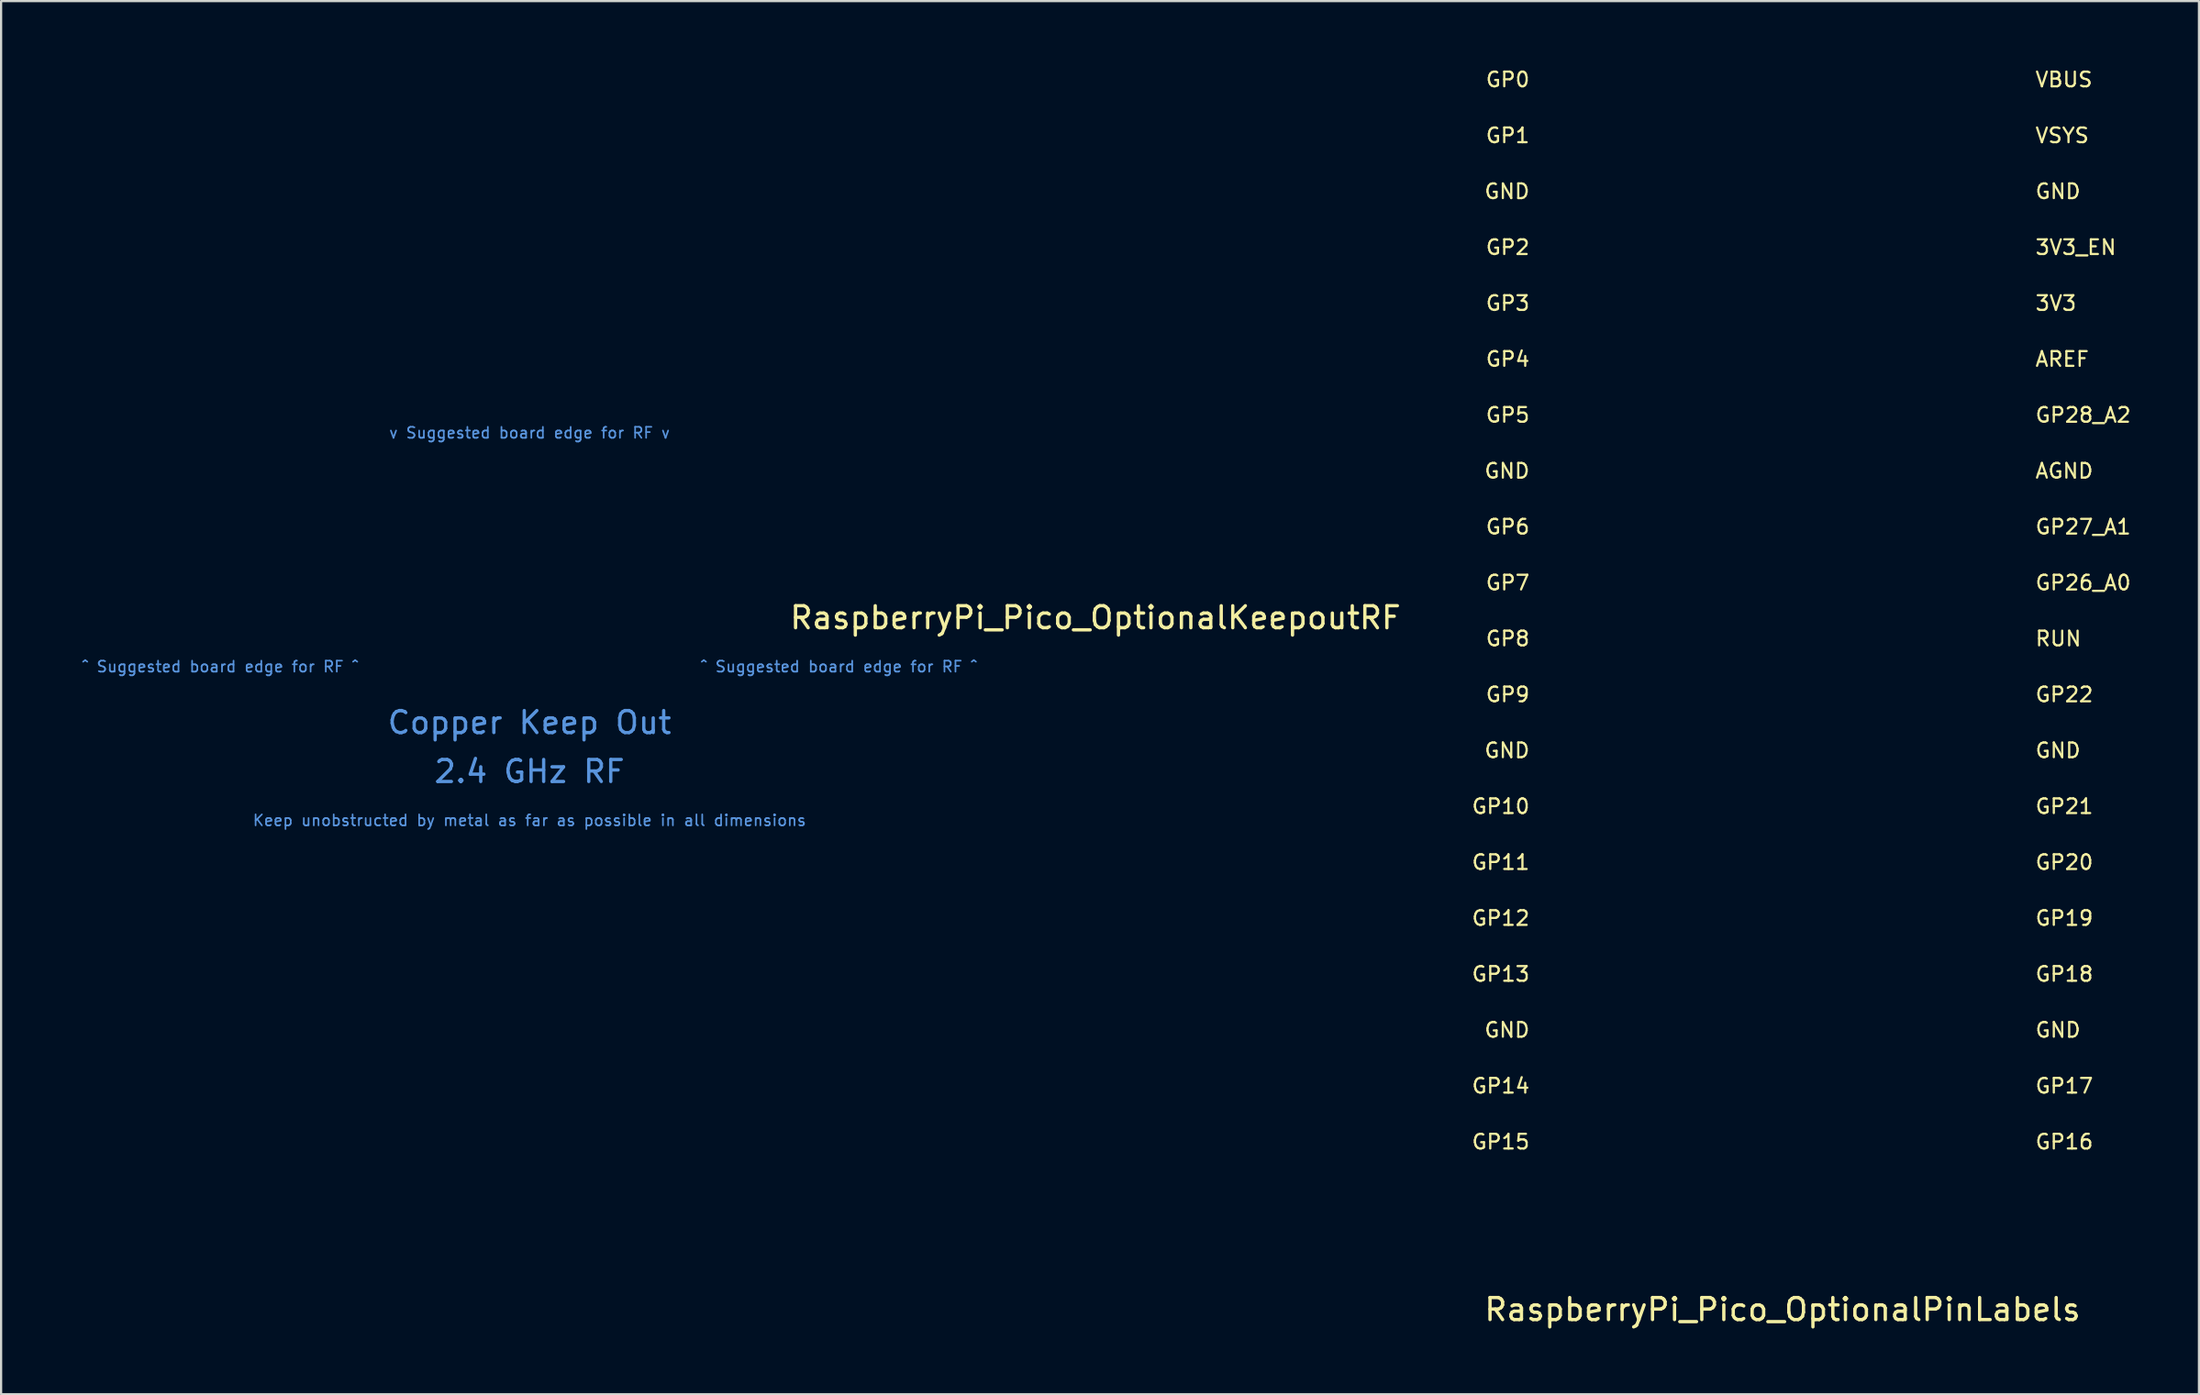
<source format=kicad_pcb>
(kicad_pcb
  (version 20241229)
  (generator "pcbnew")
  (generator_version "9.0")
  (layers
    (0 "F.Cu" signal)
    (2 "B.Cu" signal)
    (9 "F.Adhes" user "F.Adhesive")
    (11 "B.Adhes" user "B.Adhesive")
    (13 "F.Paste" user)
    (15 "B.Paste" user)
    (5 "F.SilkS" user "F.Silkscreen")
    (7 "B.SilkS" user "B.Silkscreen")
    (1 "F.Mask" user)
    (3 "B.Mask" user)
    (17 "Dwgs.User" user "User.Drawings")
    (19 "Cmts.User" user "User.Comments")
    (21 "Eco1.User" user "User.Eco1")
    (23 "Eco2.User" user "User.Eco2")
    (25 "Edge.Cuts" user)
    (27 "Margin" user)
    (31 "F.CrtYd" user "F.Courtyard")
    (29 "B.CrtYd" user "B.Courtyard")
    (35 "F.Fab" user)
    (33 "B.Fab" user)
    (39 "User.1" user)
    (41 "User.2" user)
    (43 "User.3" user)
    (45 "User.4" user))
  (footprint "RaspberryPi_Pico_OptionalPinLabels"
    (layer "F.Cu")
    (at 77.912 24.696)
    (property "Reference" "RaspberryPi_Pico_OptionalPinLabels" (at 0 31.75 0) (unlocked yes) (layer "F.SilkS") (effects (font (size 1 1) (thickness 0.15))))
    (attr board_only exclude_from_pos_files exclude_from_bom allow_missing_courtyard)
    (fp_text user "GP6" (at -11.43 -3.81 0) (unlocked yes) (layer "F.SilkS") (effects (font (size 0.667 0.667) (thickness 0.1)) (justify right)))
    (fp_text user "GP20" (at 11.43 11.43 0) (unlocked yes) (layer "F.SilkS") (effects (font (size 0.667 0.667) (thickness 0.1)) (justify left)))
    (fp_text user "GP8" (at -11.43 1.27 0) (unlocked yes) (layer "F.SilkS") (effects (font (size 0.667 0.667) (thickness 0.1)) (justify right)))
    (fp_text user "GP26_A0" (at 11.43 -1.27 0) (unlocked yes) (layer "F.SilkS") (effects (font (size 0.667 0.667) (thickness 0.1)) (justify left)))
    (fp_text user "GND" (at 11.43 -19.05 0) (unlocked yes) (layer "F.SilkS") (effects (font (size 0.667 0.667) (thickness 0.1)) (justify left)))
    (fp_text user "GND" (at -11.43 -19.05 0) (unlocked yes) (layer "F.SilkS") (effects (font (size 0.667 0.667) (thickness 0.1)) (justify right)))
    (fp_text user "GP0" (at -11.43 -24.13 0) (unlocked yes) (layer "F.SilkS") (effects (font (size 0.667 0.667) (thickness 0.1)) (justify right)))
    (fp_text user "VBUS" (at 11.43 -24.13 0) (unlocked yes) (layer "F.SilkS") (effects (font (size 0.667 0.667) (thickness 0.1)) (justify left)))
    (fp_text user "3V3" (at 11.43 -13.97 0) (unlocked yes) (layer "F.SilkS") (effects (font (size 0.667 0.667) (thickness 0.1)) (justify left)))
    (fp_text user "GP10" (at -11.43 8.89 0) (unlocked yes) (layer "F.SilkS") (effects (font (size 0.667 0.667) (thickness 0.1)) (justify right)))
    (fp_text user "GND" (at -11.43 -6.35 0) (unlocked yes) (layer "F.SilkS") (effects (font (size 0.667 0.667) (thickness 0.1)) (justify right)))
    (fp_text user "GP4" (at -11.43 -11.43 0) (unlocked yes) (layer "F.SilkS") (effects (font (size 0.667 0.667) (thickness 0.1)) (justify right)))
    (fp_text user "AGND" (at 11.43 -6.35 0) (unlocked yes) (layer "F.SilkS") (effects (font (size 0.667 0.667) (thickness 0.1)) (justify left)))
    (fp_text user "GP22" (at 11.43 3.81 0) (unlocked yes) (layer "F.SilkS") (effects (font (size 0.667 0.667) (thickness 0.1)) (justify left)))
    (fp_text user "GP12" (at -11.43 13.97 0) (unlocked yes) (layer "F.SilkS") (effects (font (size 0.667 0.667) (thickness 0.1)) (justify right)))
    (fp_text user "GP19" (at 11.43 13.97 0) (unlocked yes) (layer "F.SilkS") (effects (font (size 0.667 0.667) (thickness 0.1)) (justify left)))
    (fp_text user "3V3_EN" (at 11.43 -16.51 0) (unlocked yes) (layer "F.SilkS") (effects (font (size 0.667 0.667) (thickness 0.1)) (justify left)))
    (fp_text user "AREF" (at 11.43 -11.43 0) (unlocked yes) (layer "F.SilkS") (effects (font (size 0.667 0.667) (thickness 0.1)) (justify left)))
    (fp_text user "VSYS" (at 11.43 -21.59 0) (unlocked yes) (layer "F.SilkS") (effects (font (size 0.667 0.667) (thickness 0.1)) (justify left)))
    (fp_text user "RUN" (at 11.43 1.27 0) (unlocked yes) (layer "F.SilkS") (effects (font (size 0.667 0.667) (thickness 0.1)) (justify left)))
    (fp_text user "GND" (at 11.43 19.05 0) (unlocked yes) (layer "F.SilkS") (effects (font (size 0.667 0.667) (thickness 0.1)) (justify left)))
    (fp_text user "GP16" (at 11.43 24.13 0) (unlocked yes) (layer "F.SilkS") (effects (font (size 0.667 0.667) (thickness 0.1)) (justify left)))
    (fp_text user "GP17" (at 11.43 21.59 0) (unlocked yes) (layer "F.SilkS") (effects (font (size 0.667 0.667) (thickness 0.1)) (justify left)))
    (fp_text user "GP13" (at -11.43 16.51 0) (unlocked yes) (layer "F.SilkS") (effects (font (size 0.667 0.667) (thickness 0.1)) (justify right)))
    (fp_text user "GP5" (at -11.43 -8.89 0) (unlocked yes) (layer "F.SilkS") (effects (font (size 0.667 0.667) (thickness 0.1)) (justify right)))
    (fp_text user "GP28_A2" (at 11.43 -8.89 0) (unlocked yes) (layer "F.SilkS") (effects (font (size 0.667 0.667) (thickness 0.1)) (justify left)))
    (fp_text user "GP14" (at -11.43 21.59 0) (unlocked yes) (layer "F.SilkS") (effects (font (size 0.667 0.667) (thickness 0.1)) (justify right)))
    (fp_text user "GP3" (at -11.43 -13.97 0) (unlocked yes) (layer "F.SilkS") (effects (font (size 0.667 0.667) (thickness 0.1)) (justify right)))
    (fp_text user "GP27_A1" (at 11.43 -3.81 0) (unlocked yes) (layer "F.SilkS") (effects (font (size 0.667 0.667) (thickness 0.1)) (justify left)))
    (fp_text user "GP7" (at -11.43 -1.27 0) (unlocked yes) (layer "F.SilkS") (effects (font (size 0.667 0.667) (thickness 0.1)) (justify right)))
    (fp_text user "GND" (at 11.43 6.35 0) (unlocked yes) (layer "F.SilkS") (effects (font (size 0.667 0.667) (thickness 0.1)) (justify left)))
    (fp_text user "GP2" (at -11.43 -16.51 0) (unlocked yes) (layer "F.SilkS") (effects (font (size 0.667 0.667) (thickness 0.1)) (justify right)))
    (fp_text user "GP1" (at -11.43 -21.59 0) (unlocked yes) (layer "F.SilkS") (effects (font (size 0.667 0.667) (thickness 0.1)) (justify right)))
    (fp_text user "GP21" (at 11.43 8.89 0) (unlocked yes) (layer "F.SilkS") (effects (font (size 0.667 0.667) (thickness 0.1)) (justify left)))
    (fp_text user "GND" (at -11.43 19.05 0) (unlocked yes) (layer "F.SilkS") (effects (font (size 0.667 0.667) (thickness 0.1)) (justify right)))
    (fp_text user "GND" (at -11.43 6.35 0) (unlocked yes) (layer "F.SilkS") (effects (font (size 0.667 0.667) (thickness 0.1)) (justify right)))
    (fp_text user "GP18" (at 11.43 16.51 0) (unlocked yes) (layer "F.SilkS") (effects (font (size 0.667 0.667) (thickness 0.1)) (justify left)))
    (fp_text user "GP15" (at -11.43 24.13 0) (unlocked yes) (layer "F.SilkS") (effects (font (size 0.667 0.667) (thickness 0.1)) (justify right)))
    (fp_text user "GP9" (at -11.43 3.81 0) (unlocked yes) (layer "F.SilkS") (effects (font (size 0.667 0.667) (thickness 0.1)) (justify right)))
    (fp_text user "GP11" (at -11.43 11.43 0) (unlocked yes) (layer "F.SilkS") (effects (font (size 0.667 0.667) (thickness 0.1)) (justify right))))
  (footprint "RaspberryPi_Pico_OptionalKeepoutRF"
    (layer "F.Cu")
    (at 21 0.25)
    (property "Reference" "RaspberryPi_Pico_OptionalKeepoutRF" (at 11.748 24.765 0) (unlocked yes) (layer "F.SilkS") (effects (font (size 1 1) (thickness 0.15)) (justify left)))
    (attr board_only exclude_from_pos_files exclude_from_bom allow_missing_courtyard)
    (fp_text user "Keep unobstructed by metal as far as possible in all dimensions" (at 0 33.972 0) (unlocked yes) (layer "Cmts.User") (effects (font (size 0.5 0.5) (thickness 0.075))))
    (fp_text user "v Suggested board edge for RF v" (at 0 16.365 0) (unlocked yes) (layer "Cmts.User") (effects (font (size 0.5 0.5) (thickness 0.075))))
    (fp_text user "^ Suggested board edge for RF ^" (at 14.05 26.988 0) (unlocked yes) (layer "Cmts.User") (effects (font (size 0.5 0.5) (thickness 0.075))))
    (fp_text user "2.4 GHz RF" (at 0 31.75 0) (unlocked yes) (layer "Cmts.User") (effects (font (size 1 1) (thickness 0.15))))
    (fp_text user "^ Suggested board edge for RF ^" (at -14.05 26.988 0) (unlocked yes) (layer "Cmts.User") (effects (font (size 0.5 0.5) (thickness 0.075))))
    (fp_text user "Copper Keep Out" (at 0 29.527 0) (unlocked yes) (layer "Cmts.User") (effects (font (size 1 1) (thickness 0.15))))
    (zone (net_name "") (layers "F.Cu" "B.Cu" "F.Paste" "B.Paste") (name "RF Copper Keep Out") (hatch full 0.5) (connect_pads) (min_thickness 0.254) (filled_areas_thickness no) (keepout (tracks not_allowed) (vias not_allowed) (pads not_allowed) (copperpour not_allowed) (footprints allowed)) (placement (enabled no)) (fill) (polygon (pts (xy 0 25.25) (xy 42 25.25) (xy 42 35.25) (xy 0 35.25))))
    (zone (net_name "") (layer "Edge.Cuts") (name "Board Keep Out Suggestion RF") (hatch edge 0.5) (connect_pads) (min_thickness 0.254) (filled_areas_thickness no) (keepout (tracks allowed) (vias allowed) (pads allowed) (copperpour allowed) (footprints allowed)) (placement (enabled no)) (fill) (polygon (pts (xy 28.1 26.25) (xy 42 26.25) (xy 42 35.25) (xy 0 35.25) (xy 0 26.25) (xy 13.9 26.25) (xy 13.9 17.25) (xy 28.1 17.25)))))
  (gr_rect
    (start -3 -3)
    (end 96.826 60.294)
    (stroke (width 0.1) (type default))
    (fill no)
    (layer "Edge.Cuts")))
</source>
